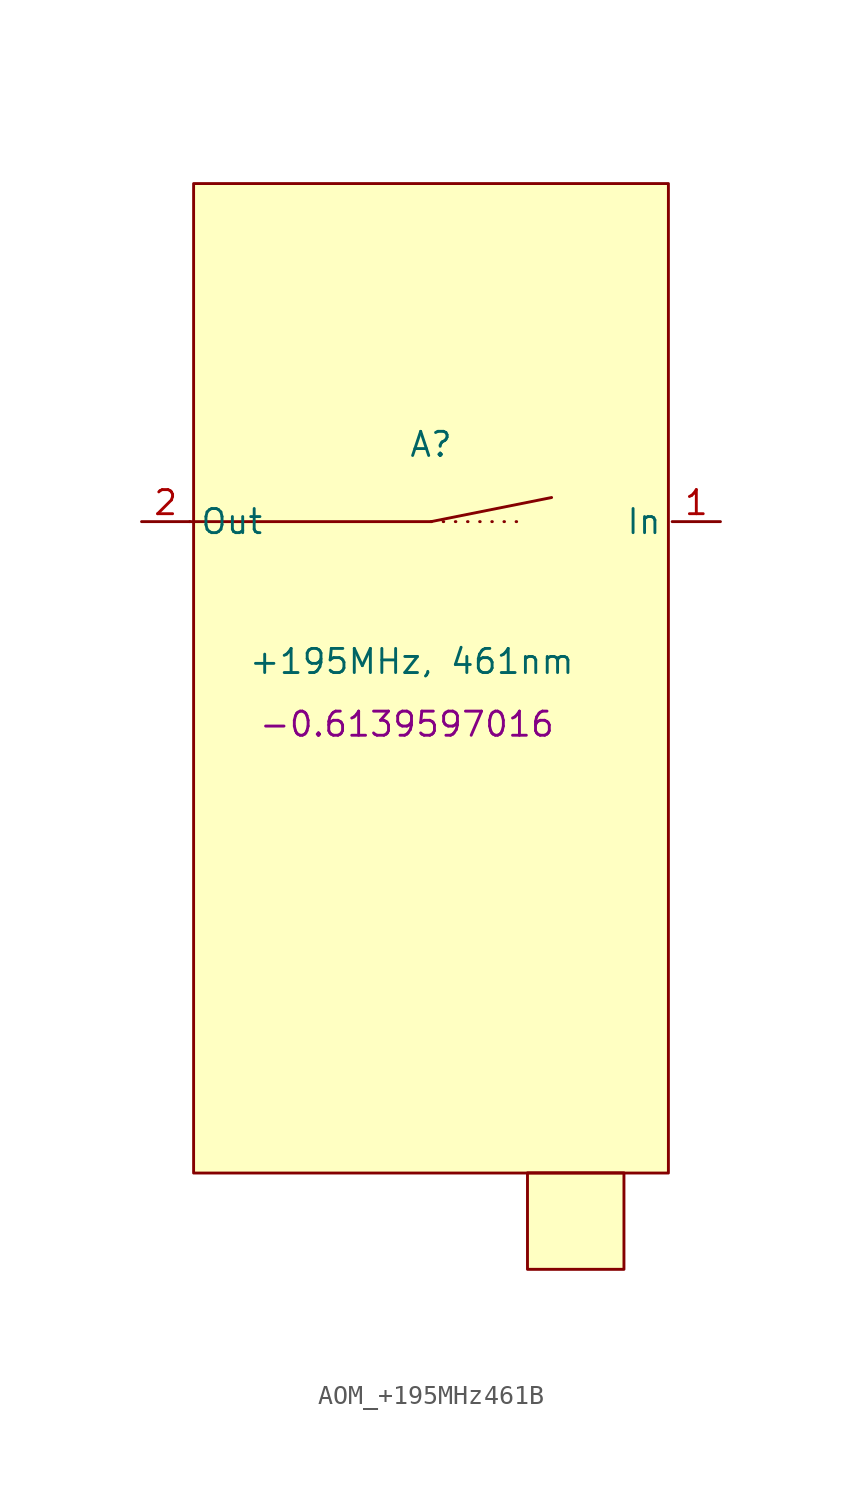
<source format=kicad_sym>
(kicad_symbol_lib
  (version 20241209)
  (generator "kicad_symbol_editor")
  (generator_version "9.0")
  (symbol "AOM_+195MHz461B"
    (property "Reference" "A"
      (at 0 4.064 0)
      (effects (font (size 1.27 1.27))))
    (property "Value" "+195MHz, 461nm"
      (at -1.016 -7.366 0)
      (effects (font (size 1.27 1.27))))
    (property "Angle" "-0.6139597016"
      (at -1.27 -10.668 0)
      (effects (font (size 1.27 1.27))))
    (symbol "AOM_+195MHz461B_1_1"
      (polyline (pts (xy -12.7 0) (xy 0 0) (xy 6.35 1.27)) (stroke (width 0) (type solid)) (fill (type none)))
      (rectangle (start -12.5 17.8) (end 12.5 -34.3) (stroke (width 0) (type default)) (fill (type background)))
      (polyline (pts (xy 0 0) (xy 5.08 0)) (stroke (width 0) (type dot)) (fill (type none)))
      (rectangle (start 5.08 -34.29) (end 10.16 -39.37) (stroke (width 0) (type default)) (fill (type background)))
      (pin passive line (at -15.24 0 0) (length 2.54) (name "Out" (effects (font (size 1.27 1.27)))) (number "2" (effects (font (size 1.27 1.27)))))
      (pin passive line (at 15.24 0 180) (length 2.54) (name "In" (effects (font (size 1.27 1.27)))) (number "1" (effects (font (size 1.27 1.27))))))))
</source>
